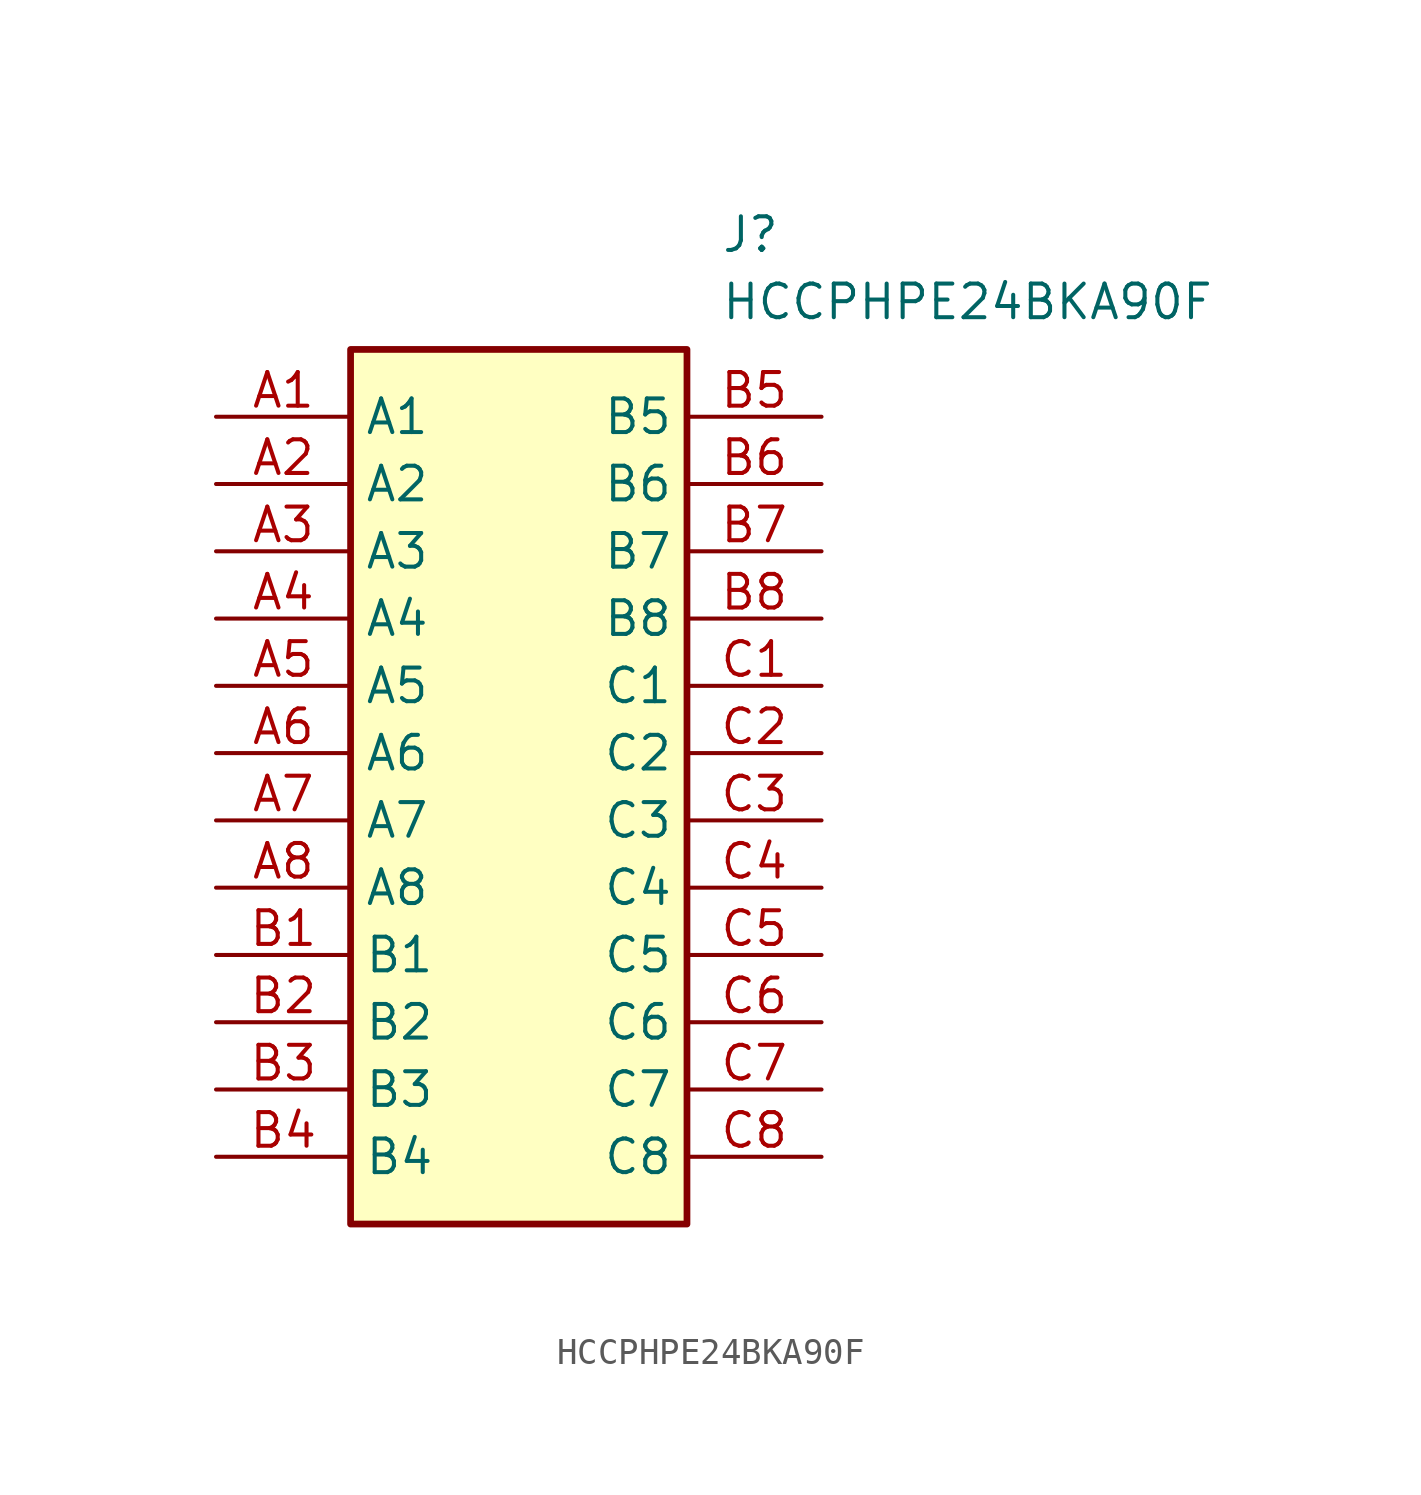
<source format=kicad_sym>
(kicad_symbol_lib
  (version 20231120)
  (generator "kicad_symbol_editor")
  (generator_version "8.0")
  (symbol "HCCPHPE24BKA90F"
    (property "Reference" "J"
      (at 19.05 7.62 0)
      (effects (font (size 1.27 1.27)) (justify left top)))
    (property "Value" "HCCPHPE24BKA90F"
      (at 19.05 5.08 0)
      (effects (font (size 1.27 1.27)) (justify left top)))
    (symbol "HCCPHPE24BKA90F_1_1"
      (rectangle (start 5.08 2.54) (end 17.78 -30.48) (stroke (width 0.254) (type default)) (fill (type background)))
      (pin passive line (at 0 0 0) (length 5.08) (name "A1" (effects (font (size 1.27 1.27)))) (number "A1" (effects (font (size 1.27 1.27)))))
      (pin passive line (at 0 -2.54 0) (length 5.08) (name "A2" (effects (font (size 1.27 1.27)))) (number "A2" (effects (font (size 1.27 1.27)))))
      (pin passive line (at 0 -5.08 0) (length 5.08) (name "A3" (effects (font (size 1.27 1.27)))) (number "A3" (effects (font (size 1.27 1.27)))))
      (pin passive line (at 0 -7.62 0) (length 5.08) (name "A4" (effects (font (size 1.27 1.27)))) (number "A4" (effects (font (size 1.27 1.27)))))
      (pin passive line (at 0 -10.16 0) (length 5.08) (name "A5" (effects (font (size 1.27 1.27)))) (number "A5" (effects (font (size 1.27 1.27)))))
      (pin passive line (at 0 -12.7 0) (length 5.08) (name "A6" (effects (font (size 1.27 1.27)))) (number "A6" (effects (font (size 1.27 1.27)))))
      (pin passive line (at 0 -15.24 0) (length 5.08) (name "A7" (effects (font (size 1.27 1.27)))) (number "A7" (effects (font (size 1.27 1.27)))))
      (pin passive line (at 0 -17.78 0) (length 5.08) (name "A8" (effects (font (size 1.27 1.27)))) (number "A8" (effects (font (size 1.27 1.27)))))
      (pin passive line (at 0 -20.32 0) (length 5.08) (name "B1" (effects (font (size 1.27 1.27)))) (number "B1" (effects (font (size 1.27 1.27)))))
      (pin passive line (at 0 -22.86 0) (length 5.08) (name "B2" (effects (font (size 1.27 1.27)))) (number "B2" (effects (font (size 1.27 1.27)))))
      (pin passive line (at 0 -25.4 0) (length 5.08) (name "B3" (effects (font (size 1.27 1.27)))) (number "B3" (effects (font (size 1.27 1.27)))))
      (pin passive line (at 0 -27.94 0) (length 5.08) (name "B4" (effects (font (size 1.27 1.27)))) (number "B4" (effects (font (size 1.27 1.27)))))
      (pin passive line (at 22.86 0 180) (length 5.08) (name "B5" (effects (font (size 1.27 1.27)))) (number "B5" (effects (font (size 1.27 1.27)))))
      (pin passive line (at 22.86 -2.54 180) (length 5.08) (name "B6" (effects (font (size 1.27 1.27)))) (number "B6" (effects (font (size 1.27 1.27)))))
      (pin passive line (at 22.86 -5.08 180) (length 5.08) (name "B7" (effects (font (size 1.27 1.27)))) (number "B7" (effects (font (size 1.27 1.27)))))
      (pin passive line (at 22.86 -7.62 180) (length 5.08) (name "B8" (effects (font (size 1.27 1.27)))) (number "B8" (effects (font (size 1.27 1.27)))))
      (pin passive line (at 22.86 -10.16 180) (length 5.08) (name "C1" (effects (font (size 1.27 1.27)))) (number "C1" (effects (font (size 1.27 1.27)))))
      (pin passive line (at 22.86 -12.7 180) (length 5.08) (name "C2" (effects (font (size 1.27 1.27)))) (number "C2" (effects (font (size 1.27 1.27)))))
      (pin passive line (at 22.86 -15.24 180) (length 5.08) (name "C3" (effects (font (size 1.27 1.27)))) (number "C3" (effects (font (size 1.27 1.27)))))
      (pin passive line (at 22.86 -17.78 180) (length 5.08) (name "C4" (effects (font (size 1.27 1.27)))) (number "C4" (effects (font (size 1.27 1.27)))))
      (pin passive line (at 22.86 -20.32 180) (length 5.08) (name "C5" (effects (font (size 1.27 1.27)))) (number "C5" (effects (font (size 1.27 1.27)))))
      (pin passive line (at 22.86 -22.86 180) (length 5.08) (name "C6" (effects (font (size 1.27 1.27)))) (number "C6" (effects (font (size 1.27 1.27)))))
      (pin passive line (at 22.86 -25.4 180) (length 5.08) (name "C7" (effects (font (size 1.27 1.27)))) (number "C7" (effects (font (size 1.27 1.27)))))
      (pin passive line (at 22.86 -27.94 180) (length 5.08) (name "C8" (effects (font (size 1.27 1.27)))) (number "C8" (effects (font (size 1.27 1.27))))))))
</source>
